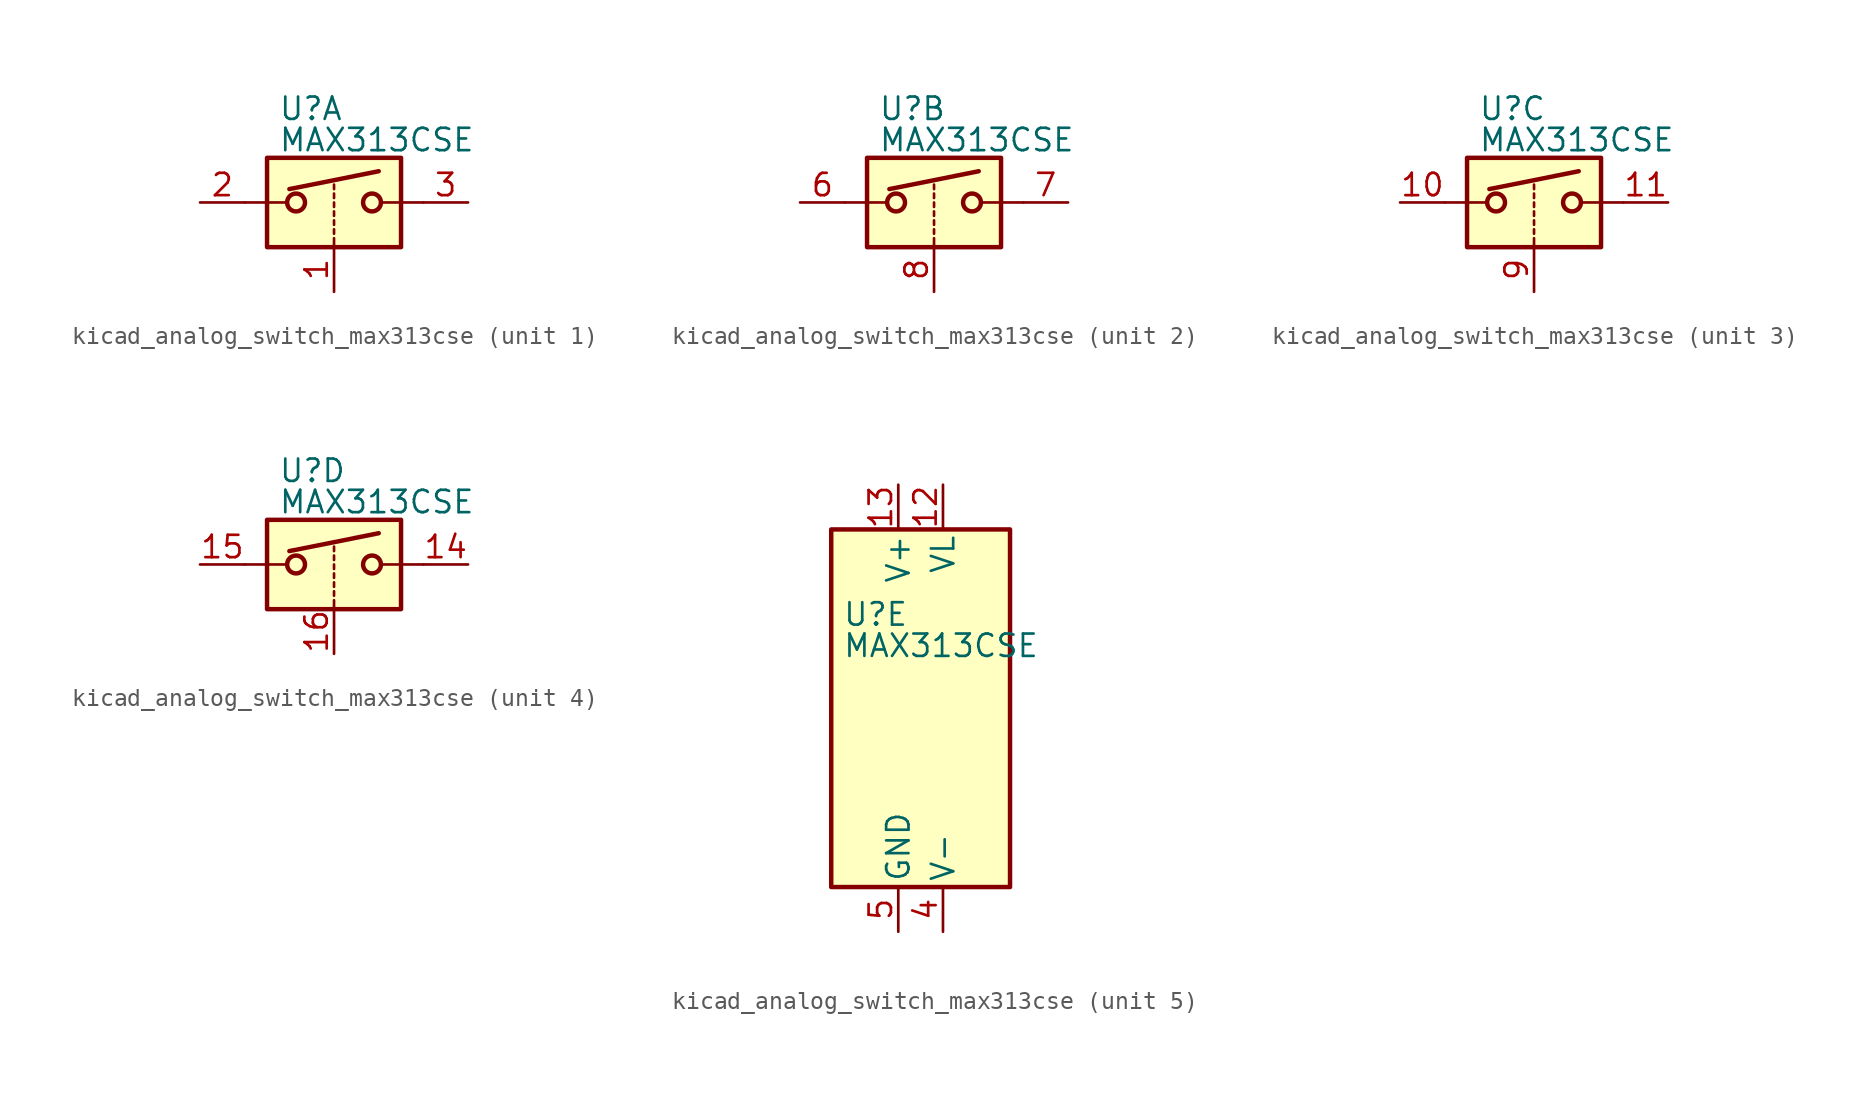
<source format=kicad_sym>
(kicad_symbol_lib
  (version 20220914)
  (generator kicad_symbol_editor)
  (symbol "kicad_analog_switch_max313cse"
    (pin_names
      (offset 0.254))
    (property "Reference" "U"
      (at -3.175 5.334 0)
      (effects (font (size 1.27 1.27)) (justify left)))
    (property "Value" "MAX313CSE"
      (at -3.175 3.556 0)
      (effects (font (size 1.27 1.27)) (justify left)))
    (symbol "kicad_analog_switch_max313cse_1_1"
      (rectangle (start -3.81 2.54) (end 3.81 -2.54) (stroke (width 0.254) (type default)) (fill (type background)))
      (circle (center -2.159 0) (radius 0.508) (stroke (width 0.254) (type default)) (fill (type none)))
      (polyline (pts (xy -5.08 0) (xy -2.794 0)) (stroke (width 0) (type default)) (fill (type none)))
      (polyline (pts (xy -2.54 0.762) (xy 2.54 1.778)) (stroke (width 0.254) (type default)) (fill (type none)))
      (polyline (pts (xy 0 -2.54) (xy 0 -2.032)) (stroke (width 0) (type default)) (fill (type none)))
      (polyline (pts (xy 0 -1.778) (xy 0 -1.524)) (stroke (width 0) (type default)) (fill (type none)))
      (polyline (pts (xy 0 -1.27) (xy 0 -1.016)) (stroke (width 0) (type default)) (fill (type none)))
      (polyline (pts (xy 0 -0.762) (xy 0 -0.508)) (stroke (width 0) (type default)) (fill (type none)))
      (polyline (pts (xy 0 -0.254) (xy 0 0)) (stroke (width 0) (type default)) (fill (type none)))
      (polyline (pts (xy 0 0.254) (xy 0 0.508)) (stroke (width 0) (type default)) (fill (type none)))
      (polyline (pts (xy 0 0.762) (xy 0 1.016)) (stroke (width 0) (type default)) (fill (type none)))
      (polyline (pts (xy 5.08 0) (xy 2.794 0)) (stroke (width 0) (type default)) (fill (type none)))
      (circle (center 2.159 0) (radius 0.508) (stroke (width 0.254) (type default)) (fill (type none)))
      (pin input line (at 0 -5.08 90) (length 2.54) (name "~" (effects (font (size 1.27 1.27)))) (number "1" (effects (font (size 1.27 1.27)))))
      (pin passive line (at -7.62 0 0) (length 2.54) (name "~" (effects (font (size 1.27 1.27)))) (number "2" (effects (font (size 1.27 1.27)))))
      (pin passive line (at 7.62 0 180) (length 2.54) (name "~" (effects (font (size 1.27 1.27)))) (number "3" (effects (font (size 1.27 1.27))))))
    (symbol "kicad_analog_switch_max313cse_2_1"
      (rectangle (start -3.81 2.54) (end 3.81 -2.54) (stroke (width 0.254) (type default)) (fill (type background)))
      (circle (center -2.159 0) (radius 0.508) (stroke (width 0.254) (type default)) (fill (type none)))
      (polyline (pts (xy -5.08 0) (xy -2.794 0)) (stroke (width 0) (type default)) (fill (type none)))
      (polyline (pts (xy -2.54 0.762) (xy 2.54 1.778)) (stroke (width 0.254) (type default)) (fill (type none)))
      (polyline (pts (xy 0 -2.54) (xy 0 -2.032)) (stroke (width 0) (type default)) (fill (type none)))
      (polyline (pts (xy 0 -1.778) (xy 0 -1.524)) (stroke (width 0) (type default)) (fill (type none)))
      (polyline (pts (xy 0 -1.27) (xy 0 -1.016)) (stroke (width 0) (type default)) (fill (type none)))
      (polyline (pts (xy 0 -0.762) (xy 0 -0.508)) (stroke (width 0) (type default)) (fill (type none)))
      (polyline (pts (xy 0 -0.254) (xy 0 0)) (stroke (width 0) (type default)) (fill (type none)))
      (polyline (pts (xy 0 0.254) (xy 0 0.508)) (stroke (width 0) (type default)) (fill (type none)))
      (polyline (pts (xy 0 0.762) (xy 0 1.016)) (stroke (width 0) (type default)) (fill (type none)))
      (polyline (pts (xy 5.08 0) (xy 2.794 0)) (stroke (width 0) (type default)) (fill (type none)))
      (circle (center 2.159 0) (radius 0.508) (stroke (width 0.254) (type default)) (fill (type none)))
      (pin passive line (at -7.62 0 0) (length 2.54) (name "~" (effects (font (size 1.27 1.27)))) (number "6" (effects (font (size 1.27 1.27)))))
      (pin passive line (at 7.62 0 180) (length 2.54) (name "~" (effects (font (size 1.27 1.27)))) (number "7" (effects (font (size 1.27 1.27)))))
      (pin input line (at 0 -5.08 90) (length 2.54) (name "~" (effects (font (size 1.27 1.27)))) (number "8" (effects (font (size 1.27 1.27))))))
    (symbol "kicad_analog_switch_max313cse_3_1"
      (rectangle (start -3.81 2.54) (end 3.81 -2.54) (stroke (width 0.254) (type default)) (fill (type background)))
      (circle (center -2.159 0) (radius 0.508) (stroke (width 0.254) (type default)) (fill (type none)))
      (polyline (pts (xy -5.08 0) (xy -2.794 0)) (stroke (width 0) (type default)) (fill (type none)))
      (polyline (pts (xy -2.54 0.762) (xy 2.54 1.778)) (stroke (width 0.254) (type default)) (fill (type none)))
      (polyline (pts (xy 0 -2.54) (xy 0 -2.032)) (stroke (width 0) (type default)) (fill (type none)))
      (polyline (pts (xy 0 -1.778) (xy 0 -1.524)) (stroke (width 0) (type default)) (fill (type none)))
      (polyline (pts (xy 0 -1.27) (xy 0 -1.016)) (stroke (width 0) (type default)) (fill (type none)))
      (polyline (pts (xy 0 -0.762) (xy 0 -0.508)) (stroke (width 0) (type default)) (fill (type none)))
      (polyline (pts (xy 0 -0.254) (xy 0 0)) (stroke (width 0) (type default)) (fill (type none)))
      (polyline (pts (xy 0 0.254) (xy 0 0.508)) (stroke (width 0) (type default)) (fill (type none)))
      (polyline (pts (xy 0 0.762) (xy 0 1.016)) (stroke (width 0) (type default)) (fill (type none)))
      (polyline (pts (xy 5.08 0) (xy 2.794 0)) (stroke (width 0) (type default)) (fill (type none)))
      (circle (center 2.159 0) (radius 0.508) (stroke (width 0.254) (type default)) (fill (type none)))
      (pin passive line (at -7.62 0 0) (length 2.54) (name "~" (effects (font (size 1.27 1.27)))) (number "10" (effects (font (size 1.27 1.27)))))
      (pin passive line (at 7.62 0 180) (length 2.54) (name "~" (effects (font (size 1.27 1.27)))) (number "11" (effects (font (size 1.27 1.27)))))
      (pin input line (at 0 -5.08 90) (length 2.54) (name "~" (effects (font (size 1.27 1.27)))) (number "9" (effects (font (size 1.27 1.27))))))
    (symbol "kicad_analog_switch_max313cse_4_1"
      (rectangle (start -3.81 2.54) (end 3.81 -2.54) (stroke (width 0.254) (type default)) (fill (type background)))
      (circle (center -2.159 0) (radius 0.508) (stroke (width 0.254) (type default)) (fill (type none)))
      (polyline (pts (xy -5.08 0) (xy -2.794 0)) (stroke (width 0) (type default)) (fill (type none)))
      (polyline (pts (xy -2.54 0.762) (xy 2.54 1.778)) (stroke (width 0.254) (type default)) (fill (type none)))
      (polyline (pts (xy 0 -2.54) (xy 0 -2.032)) (stroke (width 0) (type default)) (fill (type none)))
      (polyline (pts (xy 0 -1.778) (xy 0 -1.524)) (stroke (width 0) (type default)) (fill (type none)))
      (polyline (pts (xy 0 -1.27) (xy 0 -1.016)) (stroke (width 0) (type default)) (fill (type none)))
      (polyline (pts (xy 0 -0.762) (xy 0 -0.508)) (stroke (width 0) (type default)) (fill (type none)))
      (polyline (pts (xy 0 -0.254) (xy 0 0)) (stroke (width 0) (type default)) (fill (type none)))
      (polyline (pts (xy 0 0.254) (xy 0 0.508)) (stroke (width 0) (type default)) (fill (type none)))
      (polyline (pts (xy 0 0.762) (xy 0 1.016)) (stroke (width 0) (type default)) (fill (type none)))
      (polyline (pts (xy 5.08 0) (xy 2.794 0)) (stroke (width 0) (type default)) (fill (type none)))
      (circle (center 2.159 0) (radius 0.508) (stroke (width 0.254) (type default)) (fill (type none)))
      (pin passive line (at 7.62 0 180) (length 2.54) (name "~" (effects (font (size 1.27 1.27)))) (number "14" (effects (font (size 1.27 1.27)))))
      (pin passive line (at -7.62 0 0) (length 2.54) (name "~" (effects (font (size 1.27 1.27)))) (number "15" (effects (font (size 1.27 1.27)))))
      (pin input line (at 0 -5.08 90) (length 2.54) (name "~" (effects (font (size 1.27 1.27)))) (number "16" (effects (font (size 1.27 1.27))))))
    (symbol "kicad_analog_switch_max313cse_5_0"
      (pin power_in line (at 2.54 12.7 270) (length 2.54) (name "VL" (effects (font (size 1.27 1.27)))) (number "12" (effects (font (size 1.27 1.27)))))
      (pin power_in line (at 0 12.7 270) (length 2.54) (name "V+" (effects (font (size 1.27 1.27)))) (number "13" (effects (font (size 1.27 1.27)))))
      (pin power_in line (at 2.54 -12.7 90) (length 2.54) (name "V-" (effects (font (size 1.27 1.27)))) (number "4" (effects (font (size 1.27 1.27)))))
      (pin power_in line (at 0 -12.7 90) (length 2.54) (name "GND" (effects (font (size 1.27 1.27)))) (number "5" (effects (font (size 1.27 1.27))))))
    (symbol "kicad_analog_switch_max313cse_5_1"
      (rectangle (start -3.81 10.16) (end 6.35 -10.16) (stroke (width 0.254) (type default)) (fill (type background))))))
</source>
